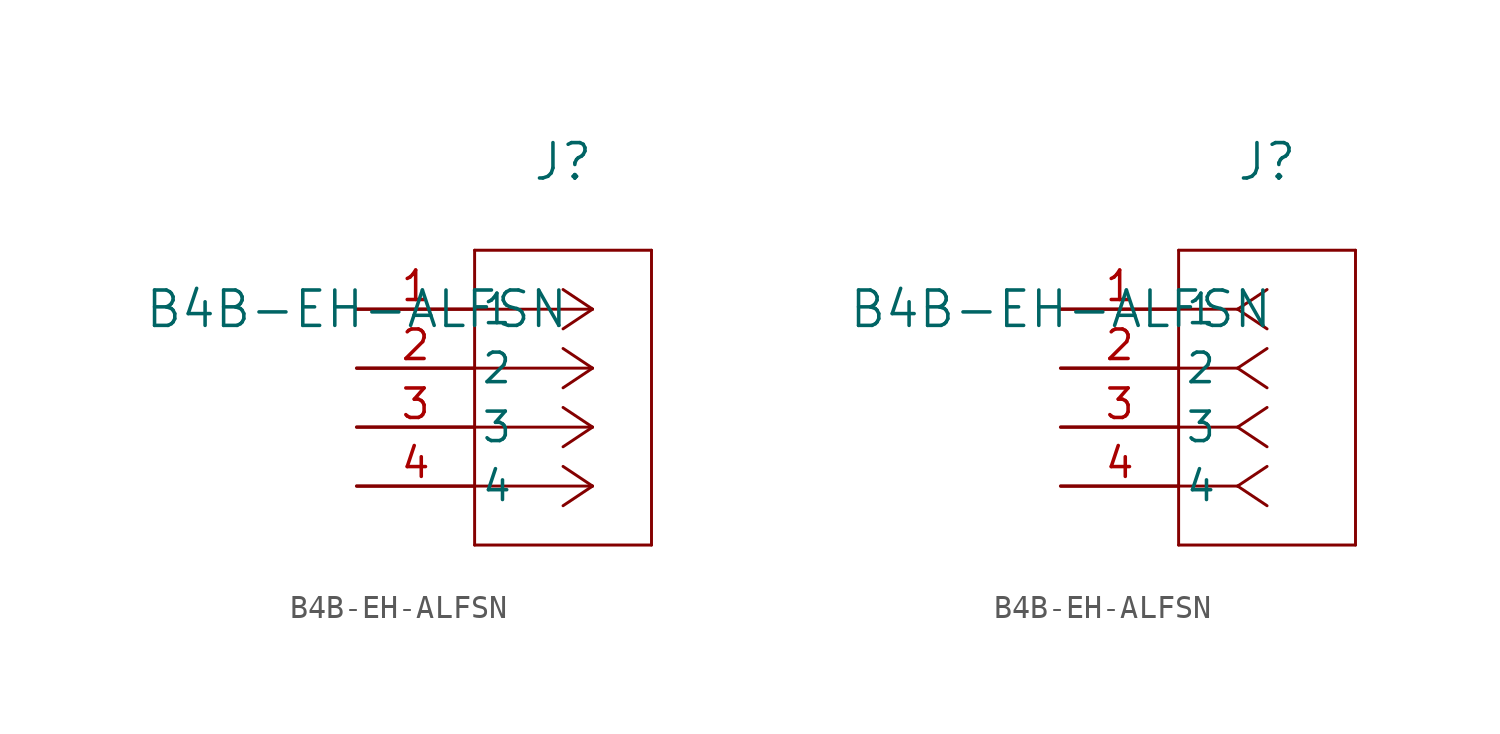
<source format=kicad_sym>
(kicad_symbol_lib
  (version 20211014)
  (generator kicad_symbol_editor)
  (symbol "B4B-EH-ALFSN"
    (pin_names
      (offset 0.254))
    (property "Reference" "J"
      (at 8.89 6.35 0)
      (effects (font (size 1.524 1.524))))
    (property "Value" "B4B-EH-ALFSN"
      (at 0 0 0)
      (effects (font (size 1.524 1.524))))
    (symbol "B4B-EH-ALFSN_1_1"
      (polyline (pts (xy 10.16 0) (xy 5.08 0)) (stroke (width 0.127) (type default) (color 0 0 0 0)) (fill (type none)))
      (polyline (pts (xy 10.16 -2.54) (xy 5.08 -2.54)) (stroke (width 0.127) (type default) (color 0 0 0 0)) (fill (type none)))
      (polyline (pts (xy 10.16 -5.08) (xy 5.08 -5.08)) (stroke (width 0.127) (type default) (color 0 0 0 0)) (fill (type none)))
      (polyline (pts (xy 10.16 -7.62) (xy 5.08 -7.62)) (stroke (width 0.127) (type default) (color 0 0 0 0)) (fill (type none)))
      (polyline (pts (xy 10.16 0) (xy 8.89 0.847)) (stroke (width 0.127) (type default) (color 0 0 0 0)) (fill (type none)))
      (polyline (pts (xy 10.16 -2.54) (xy 8.89 -1.693)) (stroke (width 0.127) (type default) (color 0 0 0 0)) (fill (type none)))
      (polyline (pts (xy 10.16 -5.08) (xy 8.89 -4.233)) (stroke (width 0.127) (type default) (color 0 0 0 0)) (fill (type none)))
      (polyline (pts (xy 10.16 -7.62) (xy 8.89 -6.773)) (stroke (width 0.127) (type default) (color 0 0 0 0)) (fill (type none)))
      (polyline (pts (xy 10.16 0) (xy 8.89 -0.847)) (stroke (width 0.127) (type default) (color 0 0 0 0)) (fill (type none)))
      (polyline (pts (xy 10.16 -2.54) (xy 8.89 -3.387)) (stroke (width 0.127) (type default) (color 0 0 0 0)) (fill (type none)))
      (polyline (pts (xy 10.16 -5.08) (xy 8.89 -5.927)) (stroke (width 0.127) (type default) (color 0 0 0 0)) (fill (type none)))
      (polyline (pts (xy 10.16 -7.62) (xy 8.89 -8.467)) (stroke (width 0.127) (type default) (color 0 0 0 0)) (fill (type none)))
      (polyline (pts (xy 5.08 2.54) (xy 5.08 -10.16)) (stroke (width 0.127) (type default) (color 0 0 0 0)) (fill (type none)))
      (polyline (pts (xy 5.08 -10.16) (xy 12.7 -10.16)) (stroke (width 0.127) (type default) (color 0 0 0 0)) (fill (type none)))
      (polyline (pts (xy 12.7 -10.16) (xy 12.7 2.54)) (stroke (width 0.127) (type default) (color 0 0 0 0)) (fill (type none)))
      (polyline (pts (xy 12.7 2.54) (xy 5.08 2.54)) (stroke (width 0.127) (type default) (color 0 0 0 0)) (fill (type none)))
      (pin unspecified line (at 0 0 0) (length 5.08) (name "1" (effects (font (size 1.27 1.27)))) (number "1" (effects (font (size 1.27 1.27)))))
      (pin unspecified line (at 0 -2.54 0) (length 5.08) (name "2" (effects (font (size 1.27 1.27)))) (number "2" (effects (font (size 1.27 1.27)))))
      (pin unspecified line (at 0 -5.08 0) (length 5.08) (name "3" (effects (font (size 1.27 1.27)))) (number "3" (effects (font (size 1.27 1.27)))))
      (pin unspecified line (at 0 -7.62 0) (length 5.08) (name "4" (effects (font (size 1.27 1.27)))) (number "4" (effects (font (size 1.27 1.27))))))
    (symbol "B4B-EH-ALFSN_1_2"
      (polyline (pts (xy 7.62 0) (xy 5.08 0)) (stroke (width 0.127) (type default) (color 0 0 0 0)) (fill (type none)))
      (polyline (pts (xy 7.62 -2.54) (xy 5.08 -2.54)) (stroke (width 0.127) (type default) (color 0 0 0 0)) (fill (type none)))
      (polyline (pts (xy 7.62 -5.08) (xy 5.08 -5.08)) (stroke (width 0.127) (type default) (color 0 0 0 0)) (fill (type none)))
      (polyline (pts (xy 7.62 -7.62) (xy 5.08 -7.62)) (stroke (width 0.127) (type default) (color 0 0 0 0)) (fill (type none)))
      (polyline (pts (xy 7.62 0) (xy 8.89 0.847)) (stroke (width 0.127) (type default) (color 0 0 0 0)) (fill (type none)))
      (polyline (pts (xy 7.62 -2.54) (xy 8.89 -1.693)) (stroke (width 0.127) (type default) (color 0 0 0 0)) (fill (type none)))
      (polyline (pts (xy 7.62 -5.08) (xy 8.89 -4.233)) (stroke (width 0.127) (type default) (color 0 0 0 0)) (fill (type none)))
      (polyline (pts (xy 7.62 -7.62) (xy 8.89 -6.773)) (stroke (width 0.127) (type default) (color 0 0 0 0)) (fill (type none)))
      (polyline (pts (xy 7.62 0) (xy 8.89 -0.847)) (stroke (width 0.127) (type default) (color 0 0 0 0)) (fill (type none)))
      (polyline (pts (xy 7.62 -2.54) (xy 8.89 -3.387)) (stroke (width 0.127) (type default) (color 0 0 0 0)) (fill (type none)))
      (polyline (pts (xy 7.62 -5.08) (xy 8.89 -5.927)) (stroke (width 0.127) (type default) (color 0 0 0 0)) (fill (type none)))
      (polyline (pts (xy 7.62 -7.62) (xy 8.89 -8.467)) (stroke (width 0.127) (type default) (color 0 0 0 0)) (fill (type none)))
      (polyline (pts (xy 5.08 2.54) (xy 5.08 -10.16)) (stroke (width 0.127) (type default) (color 0 0 0 0)) (fill (type none)))
      (polyline (pts (xy 5.08 -10.16) (xy 12.7 -10.16)) (stroke (width 0.127) (type default) (color 0 0 0 0)) (fill (type none)))
      (polyline (pts (xy 12.7 -10.16) (xy 12.7 2.54)) (stroke (width 0.127) (type default) (color 0 0 0 0)) (fill (type none)))
      (polyline (pts (xy 12.7 2.54) (xy 5.08 2.54)) (stroke (width 0.127) (type default) (color 0 0 0 0)) (fill (type none)))
      (pin unspecified line (at 0 0 0) (length 5.08) (name "1" (effects (font (size 1.27 1.27)))) (number "1" (effects (font (size 1.27 1.27)))))
      (pin unspecified line (at 0 -2.54 0) (length 5.08) (name "2" (effects (font (size 1.27 1.27)))) (number "2" (effects (font (size 1.27 1.27)))))
      (pin unspecified line (at 0 -5.08 0) (length 5.08) (name "3" (effects (font (size 1.27 1.27)))) (number "3" (effects (font (size 1.27 1.27)))))
      (pin unspecified line (at 0 -7.62 0) (length 5.08) (name "4" (effects (font (size 1.27 1.27)))) (number "4" (effects (font (size 1.27 1.27))))))))
</source>
